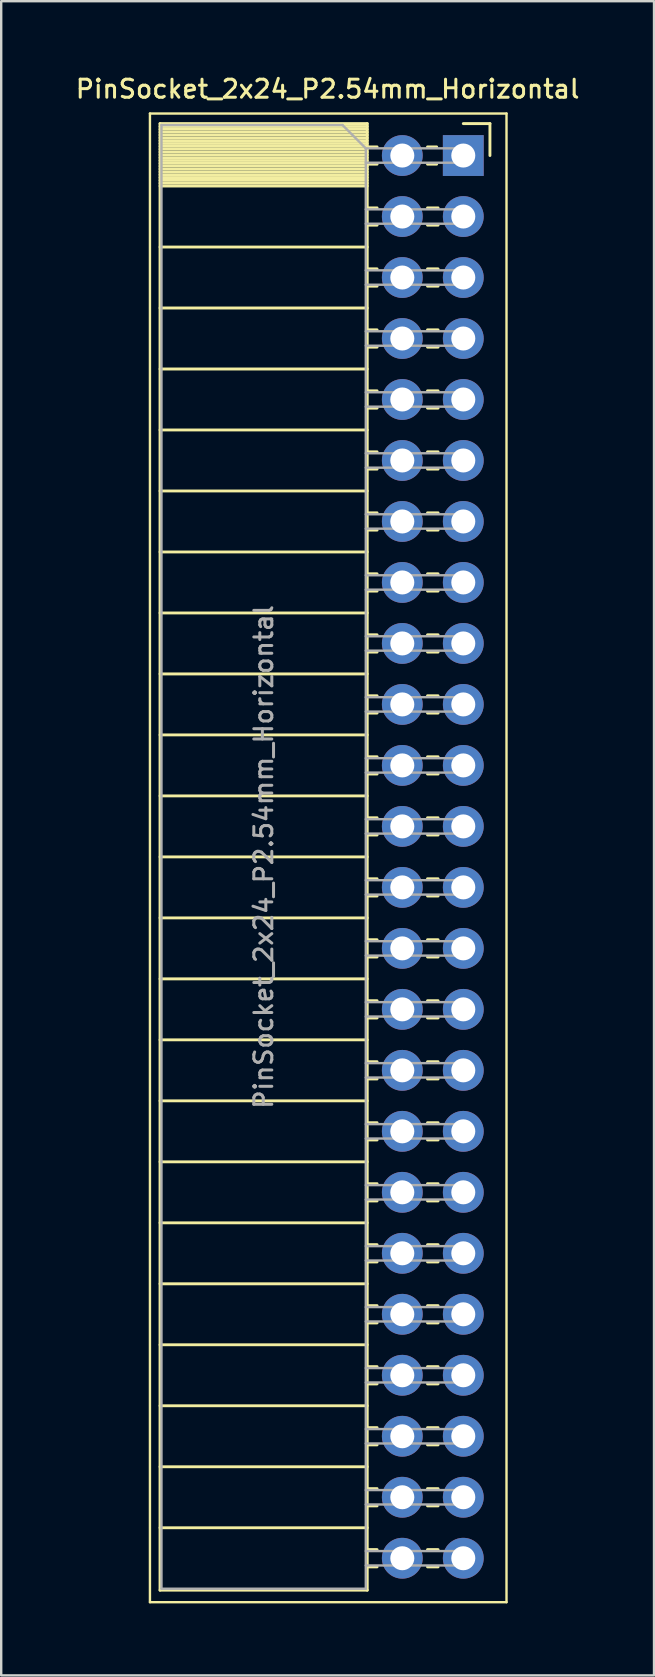
<source format=kicad_pcb>
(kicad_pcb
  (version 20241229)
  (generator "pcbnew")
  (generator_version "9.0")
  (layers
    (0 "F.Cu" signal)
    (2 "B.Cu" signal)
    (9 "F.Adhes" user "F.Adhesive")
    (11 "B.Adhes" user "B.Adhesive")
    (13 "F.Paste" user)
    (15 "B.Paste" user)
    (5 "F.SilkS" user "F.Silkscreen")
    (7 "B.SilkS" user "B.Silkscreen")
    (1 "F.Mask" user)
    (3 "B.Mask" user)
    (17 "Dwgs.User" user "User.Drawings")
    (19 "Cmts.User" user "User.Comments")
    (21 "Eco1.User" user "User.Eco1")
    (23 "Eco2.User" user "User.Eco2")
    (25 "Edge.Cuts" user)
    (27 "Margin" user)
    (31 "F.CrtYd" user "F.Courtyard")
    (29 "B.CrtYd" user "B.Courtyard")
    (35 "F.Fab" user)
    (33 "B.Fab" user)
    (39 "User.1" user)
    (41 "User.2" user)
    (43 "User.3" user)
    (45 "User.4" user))
  (footprint "PinSocket_2x24_P2.54mm_Horizontal"
    (layer "F.Cu")
    (at 16.245 3.428)
    (property "Reference" "PinSocket_2x24_P2.54mm_Horizontal" (at -5.65 -2.77 0) (layer "F.SilkS") (effects (font (size 0.75 0.75) (thickness 0.125))))
    (attr through_hole)
    (fp_line (start -13.05 -1.75) (end -13.05 60.25) (stroke (width 0.1) (type solid)) (layer "F.SilkS"))
    (fp_line (start -13.05 60.25) (end 1.8 60.25) (stroke (width 0.1) (type solid)) (layer "F.SilkS"))
    (fp_line (start -12.63 -1.33) (end -12.63 59.75) (stroke (width 0.12) (type solid)) (layer "F.SilkS"))
    (fp_line (start -12.63 -1.33) (end -4 -1.33) (stroke (width 0.12) (type solid)) (layer "F.SilkS"))
    (fp_line (start -12.63 -1.21) (end -4 -1.21) (stroke (width 0.12) (type solid)) (layer "F.SilkS"))
    (fp_line (start -12.63 -1.092) (end -4 -1.092) (stroke (width 0.12) (type solid)) (layer "F.SilkS"))
    (fp_line (start -12.63 -0.974) (end -4 -0.974) (stroke (width 0.12) (type solid)) (layer "F.SilkS"))
    (fp_line (start -12.63 -0.856) (end -4 -0.856) (stroke (width 0.12) (type solid)) (layer "F.SilkS"))
    (fp_line (start -12.63 -0.738) (end -4 -0.738) (stroke (width 0.12) (type solid)) (layer "F.SilkS"))
    (fp_line (start -12.63 -0.62) (end -4 -0.62) (stroke (width 0.12) (type solid)) (layer "F.SilkS"))
    (fp_line (start -12.63 -0.501) (end -4 -0.501) (stroke (width 0.12) (type solid)) (layer "F.SilkS"))
    (fp_line (start -12.63 -0.383) (end -4 -0.383) (stroke (width 0.12) (type solid)) (layer "F.SilkS"))
    (fp_line (start -12.63 -0.265) (end -4 -0.265) (stroke (width 0.12) (type solid)) (layer "F.SilkS"))
    (fp_line (start -12.63 -0.147) (end -4 -0.147) (stroke (width 0.12) (type solid)) (layer "F.SilkS"))
    (fp_line (start -12.63 -0.029) (end -4 -0.029) (stroke (width 0.12) (type solid)) (layer "F.SilkS"))
    (fp_line (start -12.63 0.089) (end -4 0.089) (stroke (width 0.12) (type solid)) (layer "F.SilkS"))
    (fp_line (start -12.63 0.207) (end -4 0.207) (stroke (width 0.12) (type solid)) (layer "F.SilkS"))
    (fp_line (start -12.63 0.325) (end -4 0.325) (stroke (width 0.12) (type solid)) (layer "F.SilkS"))
    (fp_line (start -12.63 0.443) (end -4 0.443) (stroke (width 0.12) (type solid)) (layer "F.SilkS"))
    (fp_line (start -12.63 0.561) (end -4 0.561) (stroke (width 0.12) (type solid)) (layer "F.SilkS"))
    (fp_line (start -12.63 0.68) (end -4 0.68) (stroke (width 0.12) (type solid)) (layer "F.SilkS"))
    (fp_line (start -12.63 0.798) (end -4 0.798) (stroke (width 0.12) (type solid)) (layer "F.SilkS"))
    (fp_line (start -12.63 0.916) (end -4 0.916) (stroke (width 0.12) (type solid)) (layer "F.SilkS"))
    (fp_line (start -12.63 1.034) (end -4 1.034) (stroke (width 0.12) (type solid)) (layer "F.SilkS"))
    (fp_line (start -12.63 1.152) (end -4 1.152) (stroke (width 0.12) (type solid)) (layer "F.SilkS"))
    (fp_line (start -12.63 1.27) (end -4 1.27) (stroke (width 0.12) (type solid)) (layer "F.SilkS"))
    (fp_line (start -12.63 3.81) (end -4 3.81) (stroke (width 0.12) (type solid)) (layer "F.SilkS"))
    (fp_line (start -12.63 6.35) (end -4 6.35) (stroke (width 0.12) (type solid)) (layer "F.SilkS"))
    (fp_line (start -12.63 8.89) (end -4 8.89) (stroke (width 0.12) (type solid)) (layer "F.SilkS"))
    (fp_line (start -12.63 11.43) (end -4 11.43) (stroke (width 0.12) (type solid)) (layer "F.SilkS"))
    (fp_line (start -12.63 13.97) (end -4 13.97) (stroke (width 0.12) (type solid)) (layer "F.SilkS"))
    (fp_line (start -12.63 16.51) (end -4 16.51) (stroke (width 0.12) (type solid)) (layer "F.SilkS"))
    (fp_line (start -12.63 19.05) (end -4 19.05) (stroke (width 0.12) (type solid)) (layer "F.SilkS"))
    (fp_line (start -12.63 21.59) (end -4 21.59) (stroke (width 0.12) (type solid)) (layer "F.SilkS"))
    (fp_line (start -12.63 24.13) (end -4 24.13) (stroke (width 0.12) (type solid)) (layer "F.SilkS"))
    (fp_line (start -12.63 26.67) (end -4 26.67) (stroke (width 0.12) (type solid)) (layer "F.SilkS"))
    (fp_line (start -12.63 29.21) (end -4 29.21) (stroke (width 0.12) (type solid)) (layer "F.SilkS"))
    (fp_line (start -12.63 31.75) (end -4 31.75) (stroke (width 0.12) (type solid)) (layer "F.SilkS"))
    (fp_line (start -12.63 34.29) (end -4 34.29) (stroke (width 0.12) (type solid)) (layer "F.SilkS"))
    (fp_line (start -12.63 36.83) (end -4 36.83) (stroke (width 0.12) (type solid)) (layer "F.SilkS"))
    (fp_line (start -12.63 39.37) (end -4 39.37) (stroke (width 0.12) (type solid)) (layer "F.SilkS"))
    (fp_line (start -12.63 41.91) (end -4 41.91) (stroke (width 0.12) (type solid)) (layer "F.SilkS"))
    (fp_line (start -12.63 44.45) (end -4 44.45) (stroke (width 0.12) (type solid)) (layer "F.SilkS"))
    (fp_line (start -12.63 46.99) (end -4 46.99) (stroke (width 0.12) (type solid)) (layer "F.SilkS"))
    (fp_line (start -12.63 49.53) (end -4 49.53) (stroke (width 0.12) (type solid)) (layer "F.SilkS"))
    (fp_line (start -12.63 52.07) (end -4 52.07) (stroke (width 0.12) (type solid)) (layer "F.SilkS"))
    (fp_line (start -12.63 54.61) (end -4 54.61) (stroke (width 0.12) (type solid)) (layer "F.SilkS"))
    (fp_line (start -12.63 57.15) (end -4 57.15) (stroke (width 0.12) (type solid)) (layer "F.SilkS"))
    (fp_line (start -12.63 59.75) (end -4 59.75) (stroke (width 0.12) (type solid)) (layer "F.SilkS"))
    (fp_line (start -4 -1.33) (end -4 59.75) (stroke (width 0.12) (type solid)) (layer "F.SilkS"))
    (fp_line (start -4 -0.36) (end -3.59 -0.36) (stroke (width 0.12) (type solid)) (layer "F.SilkS"))
    (fp_line (start -4 0.36) (end -3.59 0.36) (stroke (width 0.12) (type solid)) (layer "F.SilkS"))
    (fp_line (start -4 2.18) (end -3.59 2.18) (stroke (width 0.12) (type solid)) (layer "F.SilkS"))
    (fp_line (start -4 2.9) (end -3.59 2.9) (stroke (width 0.12) (type solid)) (layer "F.SilkS"))
    (fp_line (start -4 4.72) (end -3.59 4.72) (stroke (width 0.12) (type solid)) (layer "F.SilkS"))
    (fp_line (start -4 5.44) (end -3.59 5.44) (stroke (width 0.12) (type solid)) (layer "F.SilkS"))
    (fp_line (start -4 7.26) (end -3.59 7.26) (stroke (width 0.12) (type solid)) (layer "F.SilkS"))
    (fp_line (start -4 7.98) (end -3.59 7.98) (stroke (width 0.12) (type solid)) (layer "F.SilkS"))
    (fp_line (start -4 9.8) (end -3.59 9.8) (stroke (width 0.12) (type solid)) (layer "F.SilkS"))
    (fp_line (start -4 10.52) (end -3.59 10.52) (stroke (width 0.12) (type solid)) (layer "F.SilkS"))
    (fp_line (start -4 12.34) (end -3.59 12.34) (stroke (width 0.12) (type solid)) (layer "F.SilkS"))
    (fp_line (start -4 13.06) (end -3.59 13.06) (stroke (width 0.12) (type solid)) (layer "F.SilkS"))
    (fp_line (start -4 14.88) (end -3.59 14.88) (stroke (width 0.12) (type solid)) (layer "F.SilkS"))
    (fp_line (start -4 15.6) (end -3.59 15.6) (stroke (width 0.12) (type solid)) (layer "F.SilkS"))
    (fp_line (start -4 17.42) (end -3.59 17.42) (stroke (width 0.12) (type solid)) (layer "F.SilkS"))
    (fp_line (start -4 18.14) (end -3.59 18.14) (stroke (width 0.12) (type solid)) (layer "F.SilkS"))
    (fp_line (start -4 19.96) (end -3.59 19.96) (stroke (width 0.12) (type solid)) (layer "F.SilkS"))
    (fp_line (start -4 20.68) (end -3.59 20.68) (stroke (width 0.12) (type solid)) (layer "F.SilkS"))
    (fp_line (start -4 22.5) (end -3.59 22.5) (stroke (width 0.12) (type solid)) (layer "F.SilkS"))
    (fp_line (start -4 23.22) (end -3.59 23.22) (stroke (width 0.12) (type solid)) (layer "F.SilkS"))
    (fp_line (start -4 25.04) (end -3.59 25.04) (stroke (width 0.12) (type solid)) (layer "F.SilkS"))
    (fp_line (start -4 25.76) (end -3.59 25.76) (stroke (width 0.12) (type solid)) (layer "F.SilkS"))
    (fp_line (start -4 27.58) (end -3.59 27.58) (stroke (width 0.12) (type solid)) (layer "F.SilkS"))
    (fp_line (start -4 28.3) (end -3.59 28.3) (stroke (width 0.12) (type solid)) (layer "F.SilkS"))
    (fp_line (start -4 30.12) (end -3.59 30.12) (stroke (width 0.12) (type solid)) (layer "F.SilkS"))
    (fp_line (start -4 30.84) (end -3.59 30.84) (stroke (width 0.12) (type solid)) (layer "F.SilkS"))
    (fp_line (start -4 32.66) (end -3.59 32.66) (stroke (width 0.12) (type solid)) (layer "F.SilkS"))
    (fp_line (start -4 33.38) (end -3.59 33.38) (stroke (width 0.12) (type solid)) (layer "F.SilkS"))
    (fp_line (start -4 35.2) (end -3.59 35.2) (stroke (width 0.12) (type solid)) (layer "F.SilkS"))
    (fp_line (start -4 35.92) (end -3.59 35.92) (stroke (width 0.12) (type solid)) (layer "F.SilkS"))
    (fp_line (start -4 37.74) (end -3.59 37.74) (stroke (width 0.12) (type solid)) (layer "F.SilkS"))
    (fp_line (start -4 38.46) (end -3.59 38.46) (stroke (width 0.12) (type solid)) (layer "F.SilkS"))
    (fp_line (start -4 40.28) (end -3.59 40.28) (stroke (width 0.12) (type solid)) (layer "F.SilkS"))
    (fp_line (start -4 41) (end -3.59 41) (stroke (width 0.12) (type solid)) (layer "F.SilkS"))
    (fp_line (start -4 42.82) (end -3.59 42.82) (stroke (width 0.12) (type solid)) (layer "F.SilkS"))
    (fp_line (start -4 43.54) (end -3.59 43.54) (stroke (width 0.12) (type solid)) (layer "F.SilkS"))
    (fp_line (start -4 45.36) (end -3.59 45.36) (stroke (width 0.12) (type solid)) (layer "F.SilkS"))
    (fp_line (start -4 46.08) (end -3.59 46.08) (stroke (width 0.12) (type solid)) (layer "F.SilkS"))
    (fp_line (start -4 47.9) (end -3.59 47.9) (stroke (width 0.12) (type solid)) (layer "F.SilkS"))
    (fp_line (start -4 48.62) (end -3.59 48.62) (stroke (width 0.12) (type solid)) (layer "F.SilkS"))
    (fp_line (start -4 50.44) (end -3.59 50.44) (stroke (width 0.12) (type solid)) (layer "F.SilkS"))
    (fp_line (start -4 51.16) (end -3.59 51.16) (stroke (width 0.12) (type solid)) (layer "F.SilkS"))
    (fp_line (start -4 52.98) (end -3.59 52.98) (stroke (width 0.12) (type solid)) (layer "F.SilkS"))
    (fp_line (start -4 53.7) (end -3.59 53.7) (stroke (width 0.12) (type solid)) (layer "F.SilkS"))
    (fp_line (start -4 55.52) (end -3.59 55.52) (stroke (width 0.12) (type solid)) (layer "F.SilkS"))
    (fp_line (start -4 56.24) (end -3.59 56.24) (stroke (width 0.12) (type solid)) (layer "F.SilkS"))
    (fp_line (start -4 58.06) (end -3.59 58.06) (stroke (width 0.12) (type solid)) (layer "F.SilkS"))
    (fp_line (start -4 58.78) (end -3.59 58.78) (stroke (width 0.12) (type solid)) (layer "F.SilkS"))
    (fp_line (start -1.49 -0.36) (end -1.11 -0.36) (stroke (width 0.12) (type solid)) (layer "F.SilkS"))
    (fp_line (start -1.49 0.36) (end -1.11 0.36) (stroke (width 0.12) (type solid)) (layer "F.SilkS"))
    (fp_line (start -1.49 2.18) (end -1.05 2.18) (stroke (width 0.12) (type solid)) (layer "F.SilkS"))
    (fp_line (start -1.49 2.9) (end -1.05 2.9) (stroke (width 0.12) (type solid)) (layer "F.SilkS"))
    (fp_line (start -1.49 4.72) (end -1.05 4.72) (stroke (width 0.12) (type solid)) (layer "F.SilkS"))
    (fp_line (start -1.49 5.44) (end -1.05 5.44) (stroke (width 0.12) (type solid)) (layer "F.SilkS"))
    (fp_line (start -1.49 7.26) (end -1.05 7.26) (stroke (width 0.12) (type solid)) (layer "F.SilkS"))
    (fp_line (start -1.49 7.98) (end -1.05 7.98) (stroke (width 0.12) (type solid)) (layer "F.SilkS"))
    (fp_line (start -1.49 9.8) (end -1.05 9.8) (stroke (width 0.12) (type solid)) (layer "F.SilkS"))
    (fp_line (start -1.49 10.52) (end -1.05 10.52) (stroke (width 0.12) (type solid)) (layer "F.SilkS"))
    (fp_line (start -1.49 12.34) (end -1.05 12.34) (stroke (width 0.12) (type solid)) (layer "F.SilkS"))
    (fp_line (start -1.49 13.06) (end -1.05 13.06) (stroke (width 0.12) (type solid)) (layer "F.SilkS"))
    (fp_line (start -1.49 14.88) (end -1.05 14.88) (stroke (width 0.12) (type solid)) (layer "F.SilkS"))
    (fp_line (start -1.49 15.6) (end -1.05 15.6) (stroke (width 0.12) (type solid)) (layer "F.SilkS"))
    (fp_line (start -1.49 17.42) (end -1.05 17.42) (stroke (width 0.12) (type solid)) (layer "F.SilkS"))
    (fp_line (start -1.49 18.14) (end -1.05 18.14) (stroke (width 0.12) (type solid)) (layer "F.SilkS"))
    (fp_line (start -1.49 19.96) (end -1.05 19.96) (stroke (width 0.12) (type solid)) (layer "F.SilkS"))
    (fp_line (start -1.49 20.68) (end -1.05 20.68) (stroke (width 0.12) (type solid)) (layer "F.SilkS"))
    (fp_line (start -1.49 22.5) (end -1.05 22.5) (stroke (width 0.12) (type solid)) (layer "F.SilkS"))
    (fp_line (start -1.49 23.22) (end -1.05 23.22) (stroke (width 0.12) (type solid)) (layer "F.SilkS"))
    (fp_line (start -1.49 25.04) (end -1.05 25.04) (stroke (width 0.12) (type solid)) (layer "F.SilkS"))
    (fp_line (start -1.49 25.76) (end -1.05 25.76) (stroke (width 0.12) (type solid)) (layer "F.SilkS"))
    (fp_line (start -1.49 27.58) (end -1.05 27.58) (stroke (width 0.12) (type solid)) (layer "F.SilkS"))
    (fp_line (start -1.49 28.3) (end -1.05 28.3) (stroke (width 0.12) (type solid)) (layer "F.SilkS"))
    (fp_line (start -1.49 30.12) (end -1.05 30.12) (stroke (width 0.12) (type solid)) (layer "F.SilkS"))
    (fp_line (start -1.49 30.84) (end -1.05 30.84) (stroke (width 0.12) (type solid)) (layer "F.SilkS"))
    (fp_line (start -1.49 32.66) (end -1.05 32.66) (stroke (width 0.12) (type solid)) (layer "F.SilkS"))
    (fp_line (start -1.49 33.38) (end -1.05 33.38) (stroke (width 0.12) (type solid)) (layer "F.SilkS"))
    (fp_line (start -1.49 35.2) (end -1.05 35.2) (stroke (width 0.12) (type solid)) (layer "F.SilkS"))
    (fp_line (start -1.49 35.92) (end -1.05 35.92) (stroke (width 0.12) (type solid)) (layer "F.SilkS"))
    (fp_line (start -1.49 37.74) (end -1.05 37.74) (stroke (width 0.12) (type solid)) (layer "F.SilkS"))
    (fp_line (start -1.49 38.46) (end -1.05 38.46) (stroke (width 0.12) (type solid)) (layer "F.SilkS"))
    (fp_line (start -1.49 40.28) (end -1.05 40.28) (stroke (width 0.12) (type solid)) (layer "F.SilkS"))
    (fp_line (start -1.49 41) (end -1.05 41) (stroke (width 0.12) (type solid)) (layer "F.SilkS"))
    (fp_line (start -1.49 42.82) (end -1.05 42.82) (stroke (width 0.12) (type solid)) (layer "F.SilkS"))
    (fp_line (start -1.49 43.54) (end -1.05 43.54) (stroke (width 0.12) (type solid)) (layer "F.SilkS"))
    (fp_line (start -1.49 45.36) (end -1.05 45.36) (stroke (width 0.12) (type solid)) (layer "F.SilkS"))
    (fp_line (start -1.49 46.08) (end -1.05 46.08) (stroke (width 0.12) (type solid)) (layer "F.SilkS"))
    (fp_line (start -1.49 47.9) (end -1.05 47.9) (stroke (width 0.12) (type solid)) (layer "F.SilkS"))
    (fp_line (start -1.49 48.62) (end -1.05 48.62) (stroke (width 0.12) (type solid)) (layer "F.SilkS"))
    (fp_line (start -1.49 50.44) (end -1.05 50.44) (stroke (width 0.12) (type solid)) (layer "F.SilkS"))
    (fp_line (start -1.49 51.16) (end -1.05 51.16) (stroke (width 0.12) (type solid)) (layer "F.SilkS"))
    (fp_line (start -1.49 52.98) (end -1.05 52.98) (stroke (width 0.12) (type solid)) (layer "F.SilkS"))
    (fp_line (start -1.49 53.7) (end -1.05 53.7) (stroke (width 0.12) (type solid)) (layer "F.SilkS"))
    (fp_line (start -1.49 55.52) (end -1.05 55.52) (stroke (width 0.12) (type solid)) (layer "F.SilkS"))
    (fp_line (start -1.49 56.24) (end -1.05 56.24) (stroke (width 0.12) (type solid)) (layer "F.SilkS"))
    (fp_line (start -1.49 58.06) (end -1.05 58.06) (stroke (width 0.12) (type solid)) (layer "F.SilkS"))
    (fp_line (start -1.49 58.78) (end -1.05 58.78) (stroke (width 0.12) (type solid)) (layer "F.SilkS"))
    (fp_line (start 0 -1.33) (end 1.11 -1.33) (stroke (width 0.12) (type solid)) (layer "F.SilkS"))
    (fp_line (start 1.11 -1.33) (end 1.11 0) (stroke (width 0.12) (type solid)) (layer "F.SilkS"))
    (fp_line (start 1.8 -1.75) (end -13.05 -1.75) (stroke (width 0.1) (type solid)) (layer "F.SilkS"))
    (fp_line (start 1.8 60.25) (end 1.8 -1.75) (stroke (width 0.1) (type solid)) (layer "F.SilkS"))
    (fp_line (start -12.57 -1.27) (end -5.03 -1.27) (stroke (width 0.1) (type solid)) (layer "F.Fab"))
    (fp_line (start -12.57 59.69) (end -12.57 -1.27) (stroke (width 0.1) (type solid)) (layer "F.Fab"))
    (fp_line (start -5.03 -1.27) (end -4.06 -0.3) (stroke (width 0.1) (type solid)) (layer "F.Fab"))
    (fp_line (start -4.06 -0.3) (end -4.06 59.69) (stroke (width 0.1) (type solid)) (layer "F.Fab"))
    (fp_line (start -4.06 0.3) (end 0 0.3) (stroke (width 0.1) (type solid)) (layer "F.Fab"))
    (fp_line (start -4.06 2.84) (end 0 2.84) (stroke (width 0.1) (type solid)) (layer "F.Fab"))
    (fp_line (start -4.06 5.38) (end 0 5.38) (stroke (width 0.1) (type solid)) (layer "F.Fab"))
    (fp_line (start -4.06 7.92) (end 0 7.92) (stroke (width 0.1) (type solid)) (layer "F.Fab"))
    (fp_line (start -4.06 10.46) (end 0 10.46) (stroke (width 0.1) (type solid)) (layer "F.Fab"))
    (fp_line (start -4.06 13) (end 0 13) (stroke (width 0.1) (type solid)) (layer "F.Fab"))
    (fp_line (start -4.06 15.54) (end 0 15.54) (stroke (width 0.1) (type solid)) (layer "F.Fab"))
    (fp_line (start -4.06 18.08) (end 0 18.08) (stroke (width 0.1) (type solid)) (layer "F.Fab"))
    (fp_line (start -4.06 20.62) (end 0 20.62) (stroke (width 0.1) (type solid)) (layer "F.Fab"))
    (fp_line (start -4.06 23.16) (end 0 23.16) (stroke (width 0.1) (type solid)) (layer "F.Fab"))
    (fp_line (start -4.06 25.7) (end 0 25.7) (stroke (width 0.1) (type solid)) (layer "F.Fab"))
    (fp_line (start -4.06 28.24) (end 0 28.24) (stroke (width 0.1) (type solid)) (layer "F.Fab"))
    (fp_line (start -4.06 30.78) (end 0 30.78) (stroke (width 0.1) (type solid)) (layer "F.Fab"))
    (fp_line (start -4.06 33.32) (end 0 33.32) (stroke (width 0.1) (type solid)) (layer "F.Fab"))
    (fp_line (start -4.06 35.86) (end 0 35.86) (stroke (width 0.1) (type solid)) (layer "F.Fab"))
    (fp_line (start -4.06 38.4) (end 0 38.4) (stroke (width 0.1) (type solid)) (layer "F.Fab"))
    (fp_line (start -4.06 40.94) (end 0 40.94) (stroke (width 0.1) (type solid)) (layer "F.Fab"))
    (fp_line (start -4.06 43.48) (end 0 43.48) (stroke (width 0.1) (type solid)) (layer "F.Fab"))
    (fp_line (start -4.06 46.02) (end 0 46.02) (stroke (width 0.1) (type solid)) (layer "F.Fab"))
    (fp_line (start -4.06 48.56) (end 0 48.56) (stroke (width 0.1) (type solid)) (layer "F.Fab"))
    (fp_line (start -4.06 51.1) (end 0 51.1) (stroke (width 0.1) (type solid)) (layer "F.Fab"))
    (fp_line (start -4.06 53.64) (end 0 53.64) (stroke (width 0.1) (type solid)) (layer "F.Fab"))
    (fp_line (start -4.06 56.18) (end 0 56.18) (stroke (width 0.1) (type solid)) (layer "F.Fab"))
    (fp_line (start -4.06 58.72) (end 0 58.72) (stroke (width 0.1) (type solid)) (layer "F.Fab"))
    (fp_line (start -4.06 59.69) (end -12.57 59.69) (stroke (width 0.1) (type solid)) (layer "F.Fab"))
    (fp_line (start 0 -0.3) (end -4.06 -0.3) (stroke (width 0.1) (type solid)) (layer "F.Fab"))
    (fp_line (start 0 0.3) (end 0 -0.3) (stroke (width 0.1) (type solid)) (layer "F.Fab"))
    (fp_line (start 0 2.24) (end -4.06 2.24) (stroke (width 0.1) (type solid)) (layer "F.Fab"))
    (fp_line (start 0 2.84) (end 0 2.24) (stroke (width 0.1) (type solid)) (layer "F.Fab"))
    (fp_line (start 0 4.78) (end -4.06 4.78) (stroke (width 0.1) (type solid)) (layer "F.Fab"))
    (fp_line (start 0 5.38) (end 0 4.78) (stroke (width 0.1) (type solid)) (layer "F.Fab"))
    (fp_line (start 0 7.32) (end -4.06 7.32) (stroke (width 0.1) (type solid)) (layer "F.Fab"))
    (fp_line (start 0 7.92) (end 0 7.32) (stroke (width 0.1) (type solid)) (layer "F.Fab"))
    (fp_line (start 0 9.86) (end -4.06 9.86) (stroke (width 0.1) (type solid)) (layer "F.Fab"))
    (fp_line (start 0 10.46) (end 0 9.86) (stroke (width 0.1) (type solid)) (layer "F.Fab"))
    (fp_line (start 0 12.4) (end -4.06 12.4) (stroke (width 0.1) (type solid)) (layer "F.Fab"))
    (fp_line (start 0 13) (end 0 12.4) (stroke (width 0.1) (type solid)) (layer "F.Fab"))
    (fp_line (start 0 14.94) (end -4.06 14.94) (stroke (width 0.1) (type solid)) (layer "F.Fab"))
    (fp_line (start 0 15.54) (end 0 14.94) (stroke (width 0.1) (type solid)) (layer "F.Fab"))
    (fp_line (start 0 17.48) (end -4.06 17.48) (stroke (width 0.1) (type solid)) (layer "F.Fab"))
    (fp_line (start 0 18.08) (end 0 17.48) (stroke (width 0.1) (type solid)) (layer "F.Fab"))
    (fp_line (start 0 20.02) (end -4.06 20.02) (stroke (width 0.1) (type solid)) (layer "F.Fab"))
    (fp_line (start 0 20.62) (end 0 20.02) (stroke (width 0.1) (type solid)) (layer "F.Fab"))
    (fp_line (start 0 22.56) (end -4.06 22.56) (stroke (width 0.1) (type solid)) (layer "F.Fab"))
    (fp_line (start 0 23.16) (end 0 22.56) (stroke (width 0.1) (type solid)) (layer "F.Fab"))
    (fp_line (start 0 25.1) (end -4.06 25.1) (stroke (width 0.1) (type solid)) (layer "F.Fab"))
    (fp_line (start 0 25.7) (end 0 25.1) (stroke (width 0.1) (type solid)) (layer "F.Fab"))
    (fp_line (start 0 27.64) (end -4.06 27.64) (stroke (width 0.1) (type solid)) (layer "F.Fab"))
    (fp_line (start 0 28.24) (end 0 27.64) (stroke (width 0.1) (type solid)) (layer "F.Fab"))
    (fp_line (start 0 30.18) (end -4.06 30.18) (stroke (width 0.1) (type solid)) (layer "F.Fab"))
    (fp_line (start 0 30.78) (end 0 30.18) (stroke (width 0.1) (type solid)) (layer "F.Fab"))
    (fp_line (start 0 32.72) (end -4.06 32.72) (stroke (width 0.1) (type solid)) (layer "F.Fab"))
    (fp_line (start 0 33.32) (end 0 32.72) (stroke (width 0.1) (type solid)) (layer "F.Fab"))
    (fp_line (start 0 35.26) (end -4.06 35.26) (stroke (width 0.1) (type solid)) (layer "F.Fab"))
    (fp_line (start 0 35.86) (end 0 35.26) (stroke (width 0.1) (type solid)) (layer "F.Fab"))
    (fp_line (start 0 37.8) (end -4.06 37.8) (stroke (width 0.1) (type solid)) (layer "F.Fab"))
    (fp_line (start 0 38.4) (end 0 37.8) (stroke (width 0.1) (type solid)) (layer "F.Fab"))
    (fp_line (start 0 40.34) (end -4.06 40.34) (stroke (width 0.1) (type solid)) (layer "F.Fab"))
    (fp_line (start 0 40.94) (end 0 40.34) (stroke (width 0.1) (type solid)) (layer "F.Fab"))
    (fp_line (start 0 42.88) (end -4.06 42.88) (stroke (width 0.1) (type solid)) (layer "F.Fab"))
    (fp_line (start 0 43.48) (end 0 42.88) (stroke (width 0.1) (type solid)) (layer "F.Fab"))
    (fp_line (start 0 45.42) (end -4.06 45.42) (stroke (width 0.1) (type solid)) (layer "F.Fab"))
    (fp_line (start 0 46.02) (end 0 45.42) (stroke (width 0.1) (type solid)) (layer "F.Fab"))
    (fp_line (start 0 47.96) (end -4.06 47.96) (stroke (width 0.1) (type solid)) (layer "F.Fab"))
    (fp_line (start 0 48.56) (end 0 47.96) (stroke (width 0.1) (type solid)) (layer "F.Fab"))
    (fp_line (start 0 50.5) (end -4.06 50.5) (stroke (width 0.1) (type solid)) (layer "F.Fab"))
    (fp_line (start 0 51.1) (end 0 50.5) (stroke (width 0.1) (type solid)) (layer "F.Fab"))
    (fp_line (start 0 53.04) (end -4.06 53.04) (stroke (width 0.1) (type solid)) (layer "F.Fab"))
    (fp_line (start 0 53.64) (end 0 53.04) (stroke (width 0.1) (type solid)) (layer "F.Fab"))
    (fp_line (start 0 55.58) (end -4.06 55.58) (stroke (width 0.1) (type solid)) (layer "F.Fab"))
    (fp_line (start 0 56.18) (end 0 55.58) (stroke (width 0.1) (type solid)) (layer "F.Fab"))
    (fp_line (start 0 58.12) (end -4.06 58.12) (stroke (width 0.1) (type solid)) (layer "F.Fab"))
    (fp_line (start 0 58.72) (end 0 58.12) (stroke (width 0.1) (type solid)) (layer "F.Fab"))
    (fp_text user "${REFERENCE}" (at -8.315 29.21 90) (layer "F.Fab") (effects (font (size 0.75 0.75) (thickness 0.125))))
    (pad "1" thru_hole rect (at 0 0) (size 1.7 1.7) (drill 1) (layers "*.Cu" "*.Mask"))
    (pad "2" thru_hole oval (at -2.54 0) (size 1.7 1.7) (drill 1) (layers "*.Cu" "*.Mask"))
    (pad "3" thru_hole oval (at 0 2.54) (size 1.7 1.7) (drill 1) (layers "*.Cu" "*.Mask"))
    (pad "4" thru_hole oval (at -2.54 2.54) (size 1.7 1.7) (drill 1) (layers "*.Cu" "*.Mask"))
    (pad "5" thru_hole oval (at 0 5.08) (size 1.7 1.7) (drill 1) (layers "*.Cu" "*.Mask"))
    (pad "6" thru_hole oval (at -2.54 5.08) (size 1.7 1.7) (drill 1) (layers "*.Cu" "*.Mask"))
    (pad "7" thru_hole oval (at 0 7.62) (size 1.7 1.7) (drill 1) (layers "*.Cu" "*.Mask"))
    (pad "8" thru_hole oval (at -2.54 7.62) (size 1.7 1.7) (drill 1) (layers "*.Cu" "*.Mask"))
    (pad "9" thru_hole oval (at 0 10.16) (size 1.7 1.7) (drill 1) (layers "*.Cu" "*.Mask"))
    (pad "10" thru_hole oval (at -2.54 10.16) (size 1.7 1.7) (drill 1) (layers "*.Cu" "*.Mask"))
    (pad "11" thru_hole oval (at 0 12.7) (size 1.7 1.7) (drill 1) (layers "*.Cu" "*.Mask"))
    (pad "12" thru_hole oval (at -2.54 12.7) (size 1.7 1.7) (drill 1) (layers "*.Cu" "*.Mask"))
    (pad "13" thru_hole oval (at 0 15.24) (size 1.7 1.7) (drill 1) (layers "*.Cu" "*.Mask"))
    (pad "14" thru_hole oval (at -2.54 15.24) (size 1.7 1.7) (drill 1) (layers "*.Cu" "*.Mask"))
    (pad "15" thru_hole oval (at 0 17.78) (size 1.7 1.7) (drill 1) (layers "*.Cu" "*.Mask"))
    (pad "16" thru_hole oval (at -2.54 17.78) (size 1.7 1.7) (drill 1) (layers "*.Cu" "*.Mask"))
    (pad "17" thru_hole oval (at 0 20.32) (size 1.7 1.7) (drill 1) (layers "*.Cu" "*.Mask"))
    (pad "18" thru_hole oval (at -2.54 20.32) (size 1.7 1.7) (drill 1) (layers "*.Cu" "*.Mask"))
    (pad "19" thru_hole oval (at 0 22.86) (size 1.7 1.7) (drill 1) (layers "*.Cu" "*.Mask"))
    (pad "20" thru_hole oval (at -2.54 22.86) (size 1.7 1.7) (drill 1) (layers "*.Cu" "*.Mask"))
    (pad "21" thru_hole oval (at 0 25.4) (size 1.7 1.7) (drill 1) (layers "*.Cu" "*.Mask"))
    (pad "22" thru_hole oval (at -2.54 25.4) (size 1.7 1.7) (drill 1) (layers "*.Cu" "*.Mask"))
    (pad "23" thru_hole oval (at 0 27.94) (size 1.7 1.7) (drill 1) (layers "*.Cu" "*.Mask"))
    (pad "24" thru_hole oval (at -2.54 27.94) (size 1.7 1.7) (drill 1) (layers "*.Cu" "*.Mask"))
    (pad "25" thru_hole oval (at 0 30.48) (size 1.7 1.7) (drill 1) (layers "*.Cu" "*.Mask"))
    (pad "26" thru_hole oval (at -2.54 30.48) (size 1.7 1.7) (drill 1) (layers "*.Cu" "*.Mask"))
    (pad "27" thru_hole oval (at 0 33.02) (size 1.7 1.7) (drill 1) (layers "*.Cu" "*.Mask"))
    (pad "28" thru_hole oval (at -2.54 33.02) (size 1.7 1.7) (drill 1) (layers "*.Cu" "*.Mask"))
    (pad "29" thru_hole oval (at 0 35.56) (size 1.7 1.7) (drill 1) (layers "*.Cu" "*.Mask"))
    (pad "30" thru_hole oval (at -2.54 35.56) (size 1.7 1.7) (drill 1) (layers "*.Cu" "*.Mask"))
    (pad "31" thru_hole oval (at 0 38.1) (size 1.7 1.7) (drill 1) (layers "*.Cu" "*.Mask"))
    (pad "32" thru_hole oval (at -2.54 38.1) (size 1.7 1.7) (drill 1) (layers "*.Cu" "*.Mask"))
    (pad "33" thru_hole oval (at 0 40.64) (size 1.7 1.7) (drill 1) (layers "*.Cu" "*.Mask"))
    (pad "34" thru_hole oval (at -2.54 40.64) (size 1.7 1.7) (drill 1) (layers "*.Cu" "*.Mask"))
    (pad "35" thru_hole oval (at 0 43.18) (size 1.7 1.7) (drill 1) (layers "*.Cu" "*.Mask"))
    (pad "36" thru_hole oval (at -2.54 43.18) (size 1.7 1.7) (drill 1) (layers "*.Cu" "*.Mask"))
    (pad "37" thru_hole oval (at 0 45.72) (size 1.7 1.7) (drill 1) (layers "*.Cu" "*.Mask"))
    (pad "38" thru_hole oval (at -2.54 45.72) (size 1.7 1.7) (drill 1) (layers "*.Cu" "*.Mask"))
    (pad "39" thru_hole oval (at 0 48.26) (size 1.7 1.7) (drill 1) (layers "*.Cu" "*.Mask"))
    (pad "40" thru_hole oval (at -2.54 48.26) (size 1.7 1.7) (drill 1) (layers "*.Cu" "*.Mask"))
    (pad "41" thru_hole oval (at 0 50.8) (size 1.7 1.7) (drill 1) (layers "*.Cu" "*.Mask"))
    (pad "42" thru_hole oval (at -2.54 50.8) (size 1.7 1.7) (drill 1) (layers "*.Cu" "*.Mask"))
    (pad "43" thru_hole oval (at 0 53.34) (size 1.7 1.7) (drill 1) (layers "*.Cu" "*.Mask"))
    (pad "44" thru_hole oval (at -2.54 53.34) (size 1.7 1.7) (drill 1) (layers "*.Cu" "*.Mask"))
    (pad "45" thru_hole oval (at 0 55.88) (size 1.7 1.7) (drill 1) (layers "*.Cu" "*.Mask"))
    (pad "46" thru_hole oval (at -2.54 55.88) (size 1.7 1.7) (drill 1) (layers "*.Cu" "*.Mask"))
    (pad "47" thru_hole oval (at 0 58.42) (size 1.7 1.7) (drill 1) (layers "*.Cu" "*.Mask"))
    (pad "48" thru_hole oval (at -2.54 58.42) (size 1.7 1.7) (drill 1) (layers "*.Cu" "*.Mask")))
  (gr_rect
    (start -3 -3)
    (end 24.189 66.728)
    (stroke (width 0.1) (type default))
    (fill no)
    (layer "Edge.Cuts")))
</source>
